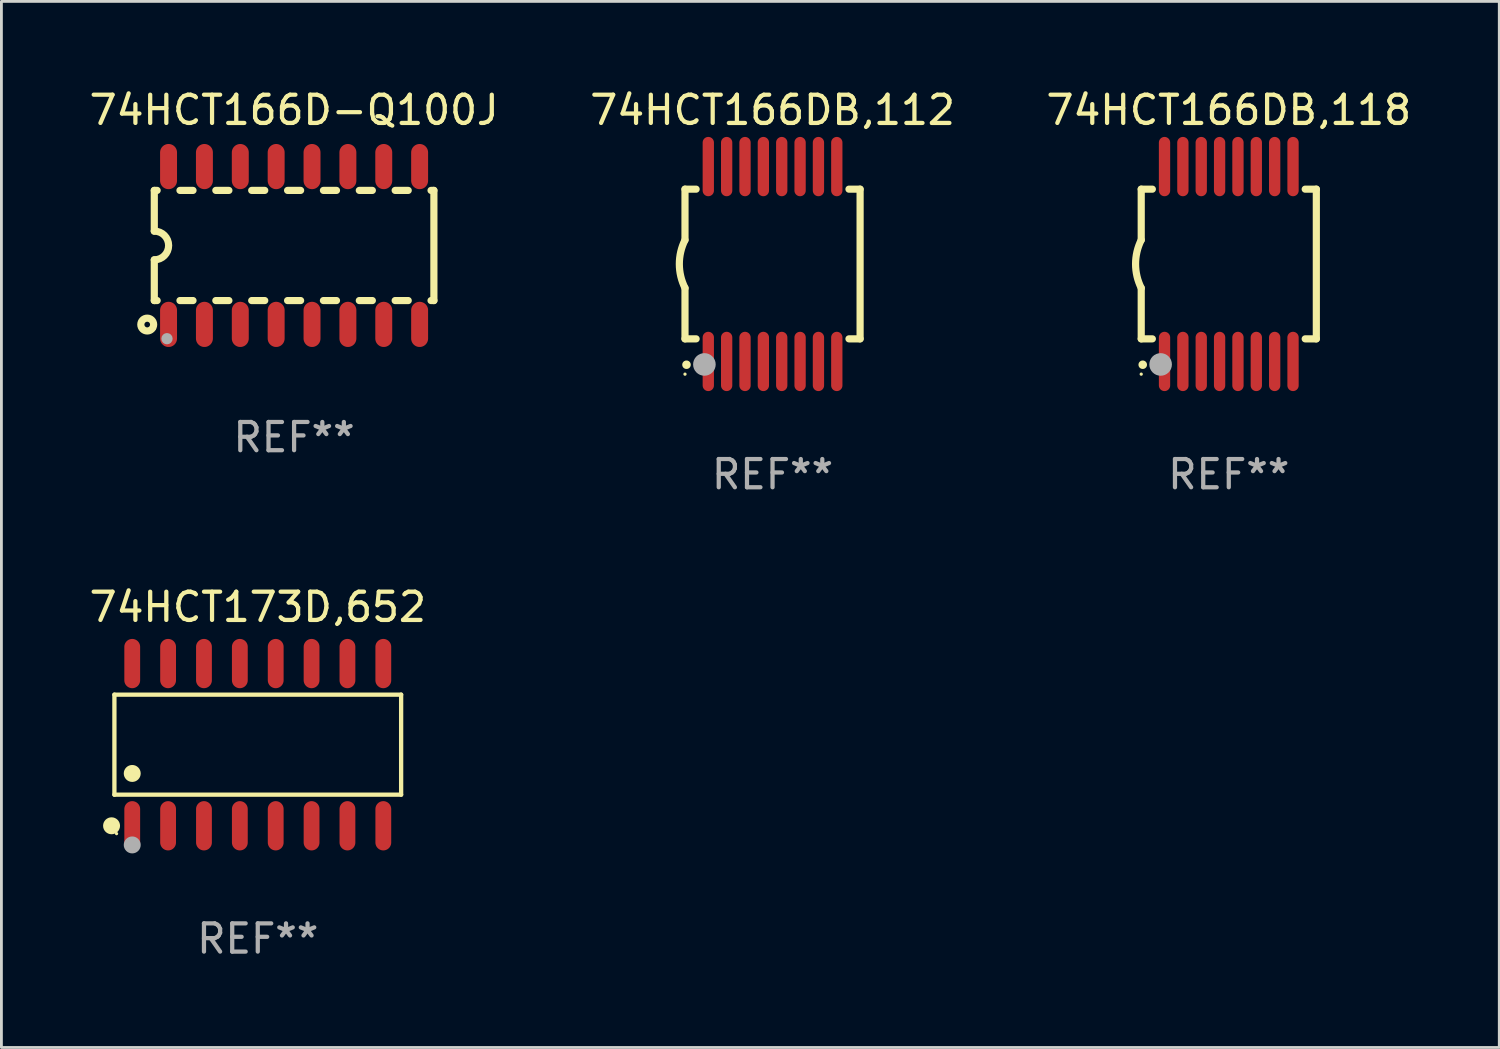
<source format=kicad_pcb>
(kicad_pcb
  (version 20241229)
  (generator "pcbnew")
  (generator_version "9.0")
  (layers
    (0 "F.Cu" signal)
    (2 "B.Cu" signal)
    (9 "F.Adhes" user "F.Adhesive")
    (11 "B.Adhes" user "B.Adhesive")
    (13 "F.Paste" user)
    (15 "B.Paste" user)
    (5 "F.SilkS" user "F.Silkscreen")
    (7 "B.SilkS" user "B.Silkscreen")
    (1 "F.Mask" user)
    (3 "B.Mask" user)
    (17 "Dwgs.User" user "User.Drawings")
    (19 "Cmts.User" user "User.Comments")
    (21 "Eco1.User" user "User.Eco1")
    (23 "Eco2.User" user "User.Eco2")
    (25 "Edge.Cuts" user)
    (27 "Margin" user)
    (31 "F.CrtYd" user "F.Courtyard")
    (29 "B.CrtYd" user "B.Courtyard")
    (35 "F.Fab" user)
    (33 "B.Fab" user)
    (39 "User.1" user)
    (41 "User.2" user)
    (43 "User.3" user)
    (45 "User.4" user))
  (footprint "74HCT166DB,112"
    (layer "F.Cu")
    (at 24.304 6.298)
    (property "Reference" "74HCT166DB,112" (at 0 -5.45 0) (layer "F.SilkS") (effects (font (size 1 1) (thickness 0.15))))
    (attr through_hole)
    (fp_line (start -3.1 -2.65) (end -3.1 -0.85) (stroke (width 0.254) (type solid)) (layer "F.SilkS"))
    (fp_line (start -3.1 -2.65) (end -2.706 -2.65) (stroke (width 0.254) (type solid)) (layer "F.SilkS"))
    (fp_line (start -3.1 2.65) (end -3.1 0.85) (stroke (width 0.254) (type solid)) (layer "F.SilkS"))
    (fp_line (start -3.1 2.65) (end -2.706 2.65) (stroke (width 0.254) (type solid)) (layer "F.SilkS"))
    (fp_line (start 2.706 -2.65) (end 3.1 -2.65) (stroke (width 0.254) (type solid)) (layer "F.SilkS"))
    (fp_line (start 2.706 2.65) (end 3.1 2.65) (stroke (width 0.254) (type solid)) (layer "F.SilkS"))
    (fp_line (start 3.1 -2.65) (end 3.1 2.65) (stroke (width 0.254) (type solid)) (layer "F.SilkS"))
    (fp_arc (start -3.098907 0.850902) (mid -3.300057 0.000523) (end -3.1 -0.850114) (stroke (width 0.254001) (type solid)) (layer "F.SilkS"))
    (fp_arc (start -3.048006 3.566066) (mid -3.046736 3.566061) (end -3.045466 3.566066) (stroke (width 0.3) (type solid)) (layer "F.SilkS"))
    (fp_circle (center -3.1 3.9) (end -3.07 3.9) (stroke (width 0.06) (type solid)) (fill no) (layer "F.SilkS"))
    (fp_circle (center -2.413 3.556) (end -2.213 3.556) (stroke (width 0.4) (type solid)) (fill no) (layer "F.Fab"))
    (fp_text user "REF**" (at 0 7.45 0) (layer "F.Fab") (effects (font (size 1 1) (thickness 0.15))))
    (pad "1" smd oval (at -2.275 3.45 180) (size 0.4 2.1) (layers "F.Cu" "F.Mask" "F.Paste"))
    (pad "2" smd oval (at -1.625 3.45 180) (size 0.4 2.1) (layers "F.Cu" "F.Mask" "F.Paste"))
    (pad "3" smd oval (at -0.975 3.45 180) (size 0.4 2.1) (layers "F.Cu" "F.Mask" "F.Paste"))
    (pad "4" smd oval (at -0.325 3.45 180) (size 0.4 2.1) (layers "F.Cu" "F.Mask" "F.Paste"))
    (pad "5" smd oval (at 0.325 3.45 180) (size 0.4 2.1) (layers "F.Cu" "F.Mask" "F.Paste"))
    (pad "6" smd oval (at 0.975 3.45 180) (size 0.4 2.1) (layers "F.Cu" "F.Mask" "F.Paste"))
    (pad "7" smd oval (at 1.625 3.45 180) (size 0.4 2.1) (layers "F.Cu" "F.Mask" "F.Paste"))
    (pad "8" smd oval (at 2.275 3.45 180) (size 0.4 2.1) (layers "F.Cu" "F.Mask" "F.Paste"))
    (pad "9" smd oval (at 2.275 -3.45 180) (size 0.4 2.1) (layers "F.Cu" "F.Mask" "F.Paste"))
    (pad "10" smd oval (at 1.625 -3.45 180) (size 0.4 2.1) (layers "F.Cu" "F.Mask" "F.Paste"))
    (pad "11" smd oval (at 0.975 -3.45 180) (size 0.4 2.1) (layers "F.Cu" "F.Mask" "F.Paste"))
    (pad "12" smd oval (at 0.325 -3.45 180) (size 0.4 2.1) (layers "F.Cu" "F.Mask" "F.Paste"))
    (pad "13" smd oval (at -0.325 -3.45 180) (size 0.4 2.1) (layers "F.Cu" "F.Mask" "F.Paste"))
    (pad "14" smd oval (at -0.975 -3.45 180) (size 0.4 2.1) (layers "F.Cu" "F.Mask" "F.Paste"))
    (pad "15" smd oval (at -1.625 -3.45 180) (size 0.4 2.1) (layers "F.Cu" "F.Mask" "F.Paste"))
    (pad "16" smd oval (at -2.275 -3.45 180) (size 0.4 2.1) (layers "F.Cu" "F.Mask" "F.Paste")))
  (footprint "74HCT166DB,118"
    (layer "F.Cu")
    (at 40.458 6.298)
    (property "Reference" "74HCT166DB,118" (at 0 -5.45 0) (layer "F.SilkS") (effects (font (size 1 1) (thickness 0.15))))
    (attr through_hole)
    (fp_line (start -3.1 -2.65) (end -3.1 -0.85) (stroke (width 0.254) (type solid)) (layer "F.SilkS"))
    (fp_line (start -3.1 -2.65) (end -2.706 -2.65) (stroke (width 0.254) (type solid)) (layer "F.SilkS"))
    (fp_line (start -3.1 2.65) (end -3.1 0.85) (stroke (width 0.254) (type solid)) (layer "F.SilkS"))
    (fp_line (start -3.1 2.65) (end -2.706 2.65) (stroke (width 0.254) (type solid)) (layer "F.SilkS"))
    (fp_line (start 2.706 -2.65) (end 3.1 -2.65) (stroke (width 0.254) (type solid)) (layer "F.SilkS"))
    (fp_line (start 2.706 2.65) (end 3.1 2.65) (stroke (width 0.254) (type solid)) (layer "F.SilkS"))
    (fp_line (start 3.1 -2.65) (end 3.1 2.65) (stroke (width 0.254) (type solid)) (layer "F.SilkS"))
    (fp_arc (start -3.098907 0.850902) (mid -3.300057 0.000523) (end -3.1 -0.850114) (stroke (width 0.254001) (type solid)) (layer "F.SilkS"))
    (fp_arc (start -3.048006 3.566066) (mid -3.046736 3.566061) (end -3.045466 3.566066) (stroke (width 0.3) (type solid)) (layer "F.SilkS"))
    (fp_circle (center -3.1 3.9) (end -3.07 3.9) (stroke (width 0.06) (type solid)) (fill no) (layer "F.SilkS"))
    (fp_circle (center -2.413 3.556) (end -2.213 3.556) (stroke (width 0.4) (type solid)) (fill no) (layer "F.Fab"))
    (fp_text user "REF**" (at 0 7.45 0) (layer "F.Fab") (effects (font (size 1 1) (thickness 0.15))))
    (pad "1" smd oval (at -2.275 3.45 180) (size 0.4 2.1) (layers "F.Cu" "F.Mask" "F.Paste"))
    (pad "2" smd oval (at -1.625 3.45 180) (size 0.4 2.1) (layers "F.Cu" "F.Mask" "F.Paste"))
    (pad "3" smd oval (at -0.975 3.45 180) (size 0.4 2.1) (layers "F.Cu" "F.Mask" "F.Paste"))
    (pad "4" smd oval (at -0.325 3.45 180) (size 0.4 2.1) (layers "F.Cu" "F.Mask" "F.Paste"))
    (pad "5" smd oval (at 0.325 3.45 180) (size 0.4 2.1) (layers "F.Cu" "F.Mask" "F.Paste"))
    (pad "6" smd oval (at 0.975 3.45 180) (size 0.4 2.1) (layers "F.Cu" "F.Mask" "F.Paste"))
    (pad "7" smd oval (at 1.625 3.45 180) (size 0.4 2.1) (layers "F.Cu" "F.Mask" "F.Paste"))
    (pad "8" smd oval (at 2.275 3.45 180) (size 0.4 2.1) (layers "F.Cu" "F.Mask" "F.Paste"))
    (pad "9" smd oval (at 2.275 -3.45 180) (size 0.4 2.1) (layers "F.Cu" "F.Mask" "F.Paste"))
    (pad "10" smd oval (at 1.625 -3.45 180) (size 0.4 2.1) (layers "F.Cu" "F.Mask" "F.Paste"))
    (pad "11" smd oval (at 0.975 -3.45 180) (size 0.4 2.1) (layers "F.Cu" "F.Mask" "F.Paste"))
    (pad "12" smd oval (at 0.325 -3.45 180) (size 0.4 2.1) (layers "F.Cu" "F.Mask" "F.Paste"))
    (pad "13" smd oval (at -0.325 -3.45 180) (size 0.4 2.1) (layers "F.Cu" "F.Mask" "F.Paste"))
    (pad "14" smd oval (at -0.975 -3.45 180) (size 0.4 2.1) (layers "F.Cu" "F.Mask" "F.Paste"))
    (pad "15" smd oval (at -1.625 -3.45 180) (size 0.4 2.1) (layers "F.Cu" "F.Mask" "F.Paste"))
    (pad "16" smd oval (at -2.275 -3.45 180) (size 0.4 2.1) (layers "F.Cu" "F.Mask" "F.Paste")))
  (footprint "74HCT173D,652"
    (layer "F.Cu")
    (at 6.077 23.317)
    (property "Reference" "74HCT173D,652" (at 0 -4.872 0) (layer "F.SilkS") (effects (font (size 1 1) (thickness 0.15))))
    (attr through_hole)
    (fp_line (start -5.076 -1.771) (end 5.076 -1.771) (stroke (width 0.152) (type solid)) (layer "F.SilkS"))
    (fp_line (start -5.076 1.771) (end -5.076 -1.771) (stroke (width 0.152) (type solid)) (layer "F.SilkS"))
    (fp_line (start 5.076 -1.771) (end 5.076 1.771) (stroke (width 0.152) (type solid)) (layer "F.SilkS"))
    (fp_line (start 5.076 1.771) (end -5.076 1.771) (stroke (width 0.152) (type solid)) (layer "F.SilkS"))
    (fp_circle (center -5.177 2.872) (end -5.027 2.872) (stroke (width 0.3) (type solid)) (fill no) (layer "F.SilkS"))
    (fp_circle (center -5 3.15) (end -4.97 3.15) (stroke (width 0.06) (type solid)) (fill no) (layer "F.SilkS"))
    (fp_circle (center -4.445 1.019) (end -4.295 1.019) (stroke (width 0.3) (type solid)) (fill no) (layer "F.SilkS"))
    (fp_circle (center -4.445 3.55) (end -4.295 3.55) (stroke (width 0.3) (type solid)) (fill no) (layer "F.Fab"))
    (fp_text user "REF**" (at 0 6.872 0) (layer "F.Fab") (effects (font (size 1 1) (thickness 0.15))))
    (pad "1" smd oval (at -4.445 2.872) (size 0.56 1.745) (layers "F.Cu" "F.Mask" "F.Paste"))
    (pad "2" smd oval (at -3.175 2.872) (size 0.56 1.745) (layers "F.Cu" "F.Mask" "F.Paste"))
    (pad "3" smd oval (at -1.905 2.872) (size 0.56 1.745) (layers "F.Cu" "F.Mask" "F.Paste"))
    (pad "4" smd oval (at -0.635 2.872) (size 0.56 1.745) (layers "F.Cu" "F.Mask" "F.Paste"))
    (pad "5" smd oval (at 0.635 2.872) (size 0.56 1.745) (layers "F.Cu" "F.Mask" "F.Paste"))
    (pad "6" smd oval (at 1.905 2.872) (size 0.56 1.745) (layers "F.Cu" "F.Mask" "F.Paste"))
    (pad "7" smd oval (at 3.175 2.872) (size 0.56 1.745) (layers "F.Cu" "F.Mask" "F.Paste"))
    (pad "8" smd oval (at 4.445 2.872) (size 0.56 1.745) (layers "F.Cu" "F.Mask" "F.Paste"))
    (pad "9" smd oval (at 4.445 -2.872) (size 0.56 1.745) (layers "F.Cu" "F.Mask" "F.Paste"))
    (pad "10" smd oval (at 3.175 -2.872) (size 0.56 1.745) (layers "F.Cu" "F.Mask" "F.Paste"))
    (pad "11" smd oval (at 1.905 -2.872) (size 0.56 1.745) (layers "F.Cu" "F.Mask" "F.Paste"))
    (pad "12" smd oval (at 0.635 -2.872) (size 0.56 1.745) (layers "F.Cu" "F.Mask" "F.Paste"))
    (pad "13" smd oval (at -0.635 -2.872) (size 0.56 1.745) (layers "F.Cu" "F.Mask" "F.Paste"))
    (pad "14" smd oval (at -1.905 -2.872) (size 0.56 1.745) (layers "F.Cu" "F.Mask" "F.Paste"))
    (pad "15" smd oval (at -3.175 -2.872) (size 0.56 1.745) (layers "F.Cu" "F.Mask" "F.Paste"))
    (pad "16" smd oval (at -4.445 -2.872) (size 0.56 1.745) (layers "F.Cu" "F.Mask" "F.Paste")))
  (footprint "74HCT166D-Q100J"
    (layer "F.Cu")
    (at 7.363 5.642)
    (property "Reference" "74HCT166D-Q100J" (at 0 -4.794 0) (layer "F.SilkS") (effects (font (size 1 1) (thickness 0.15))))
    (attr through_hole)
    (fp_line (start -4.95 -1.95) (end -4.95 -0.508) (stroke (width 0.254) (type solid)) (layer "F.SilkS"))
    (fp_line (start -4.95 -1.95) (end -4.849 -1.95) (stroke (width 0.254) (type solid)) (layer "F.SilkS"))
    (fp_line (start -4.95 1.95) (end -4.95 0.508) (stroke (width 0.254) (type solid)) (layer "F.SilkS"))
    (fp_line (start -4.95 1.95) (end -4.849 1.95) (stroke (width 0.254) (type solid)) (layer "F.SilkS"))
    (fp_line (start -4.041 -1.95) (end -3.579 -1.95) (stroke (width 0.254) (type solid)) (layer "F.SilkS"))
    (fp_line (start -4.041 1.95) (end -3.579 1.95) (stroke (width 0.254) (type solid)) (layer "F.SilkS"))
    (fp_line (start -2.771 -1.95) (end -2.309 -1.95) (stroke (width 0.254) (type solid)) (layer "F.SilkS"))
    (fp_line (start -2.771 1.95) (end -2.309 1.95) (stroke (width 0.254) (type solid)) (layer "F.SilkS"))
    (fp_line (start -1.501 -1.95) (end -1.039 -1.95) (stroke (width 0.254) (type solid)) (layer "F.SilkS"))
    (fp_line (start -1.501 1.95) (end -1.039 1.95) (stroke (width 0.254) (type solid)) (layer "F.SilkS"))
    (fp_line (start -0.231 -1.95) (end 0.231 -1.95) (stroke (width 0.254) (type solid)) (layer "F.SilkS"))
    (fp_line (start -0.231 1.95) (end 0.231 1.95) (stroke (width 0.254) (type solid)) (layer "F.SilkS"))
    (fp_line (start 1.039 -1.95) (end 1.501 -1.95) (stroke (width 0.254) (type solid)) (layer "F.SilkS"))
    (fp_line (start 1.039 1.95) (end 1.501 1.95) (stroke (width 0.254) (type solid)) (layer "F.SilkS"))
    (fp_line (start 2.309 -1.95) (end 2.771 -1.95) (stroke (width 0.254) (type solid)) (layer "F.SilkS"))
    (fp_line (start 2.309 1.95) (end 2.771 1.95) (stroke (width 0.254) (type solid)) (layer "F.SilkS"))
    (fp_line (start 3.579 -1.95) (end 4.041 -1.95) (stroke (width 0.254) (type solid)) (layer "F.SilkS"))
    (fp_line (start 3.579 1.95) (end 4.041 1.95) (stroke (width 0.254) (type solid)) (layer "F.SilkS"))
    (fp_line (start 4.849 -1.95) (end 4.95 -1.95) (stroke (width 0.254) (type solid)) (layer "F.SilkS"))
    (fp_line (start 4.849 1.95) (end 4.95 1.95) (stroke (width 0.254) (type solid)) (layer "F.SilkS"))
    (fp_line (start 4.95 -1.95) (end 4.95 1.95) (stroke (width 0.254) (type solid)) (layer "F.SilkS"))
    (fp_arc (start -4.95047 -0.508001) (mid -4.442469 -0.000228) (end -4.950013 0.508001) (stroke (width 0.254001) (type solid)) (layer "F.SilkS"))
    (fp_circle (center -5.2 2.8) (end -5.1 2.8) (stroke (width 0.254) (type solid)) (fill no) (layer "F.SilkS"))
    (fp_circle (center -4.95 2.947) (end -4.92 2.947) (stroke (width 0.06) (type solid)) (fill no) (layer "F.SilkS"))
    (fp_circle (center -4.5 3.3) (end -4.4 3.3) (stroke (width 0.2) (type solid)) (fill no) (layer "F.Fab"))
    (fp_text user "REF**" (at 0 6.794 0) (layer "F.Fab") (effects (font (size 1 1) (thickness 0.15))))
    (pad "1" smd oval (at -4.445 2.794) (size 0.6 1.6) (layers "F.Cu" "F.Mask" "F.Paste"))
    (pad "2" smd oval (at -3.175 2.794) (size 0.6 1.6) (layers "F.Cu" "F.Mask" "F.Paste"))
    (pad "3" smd oval (at -1.905 2.794) (size 0.6 1.6) (layers "F.Cu" "F.Mask" "F.Paste"))
    (pad "4" smd oval (at -0.635 2.794) (size 0.6 1.6) (layers "F.Cu" "F.Mask" "F.Paste"))
    (pad "5" smd oval (at 0.635 2.794) (size 0.6 1.6) (layers "F.Cu" "F.Mask" "F.Paste"))
    (pad "6" smd oval (at 1.905 2.794) (size 0.6 1.6) (layers "F.Cu" "F.Mask" "F.Paste"))
    (pad "7" smd oval (at 3.175 2.794) (size 0.6 1.6) (layers "F.Cu" "F.Mask" "F.Paste"))
    (pad "8" smd oval (at 4.445 2.794) (size 0.6 1.6) (layers "F.Cu" "F.Mask" "F.Paste"))
    (pad "9" smd oval (at 4.445 -2.794) (size 0.6 1.6) (layers "F.Cu" "F.Mask" "F.Paste"))
    (pad "10" smd oval (at 3.175 -2.794) (size 0.6 1.6) (layers "F.Cu" "F.Mask" "F.Paste"))
    (pad "11" smd oval (at 1.905 -2.794) (size 0.6 1.6) (layers "F.Cu" "F.Mask" "F.Paste"))
    (pad "12" smd oval (at 0.635 -2.794) (size 0.6 1.6) (layers "F.Cu" "F.Mask" "F.Paste"))
    (pad "13" smd oval (at -0.635 -2.794) (size 0.6 1.6) (layers "F.Cu" "F.Mask" "F.Paste"))
    (pad "14" smd oval (at -1.905 -2.794) (size 0.6 1.6) (layers "F.Cu" "F.Mask" "F.Paste"))
    (pad "15" smd oval (at -3.175 -2.794) (size 0.6 1.6) (layers "F.Cu" "F.Mask" "F.Paste"))
    (pad "16" smd oval (at -4.445 -2.794) (size 0.6 1.6) (layers "F.Cu" "F.Mask" "F.Paste")))
  (gr_rect
    (start -3 -3)
    (end 50.036 34.038)
    (stroke (width 0.1) (type default))
    (fill no)
    (layer "Edge.Cuts")))
</source>
